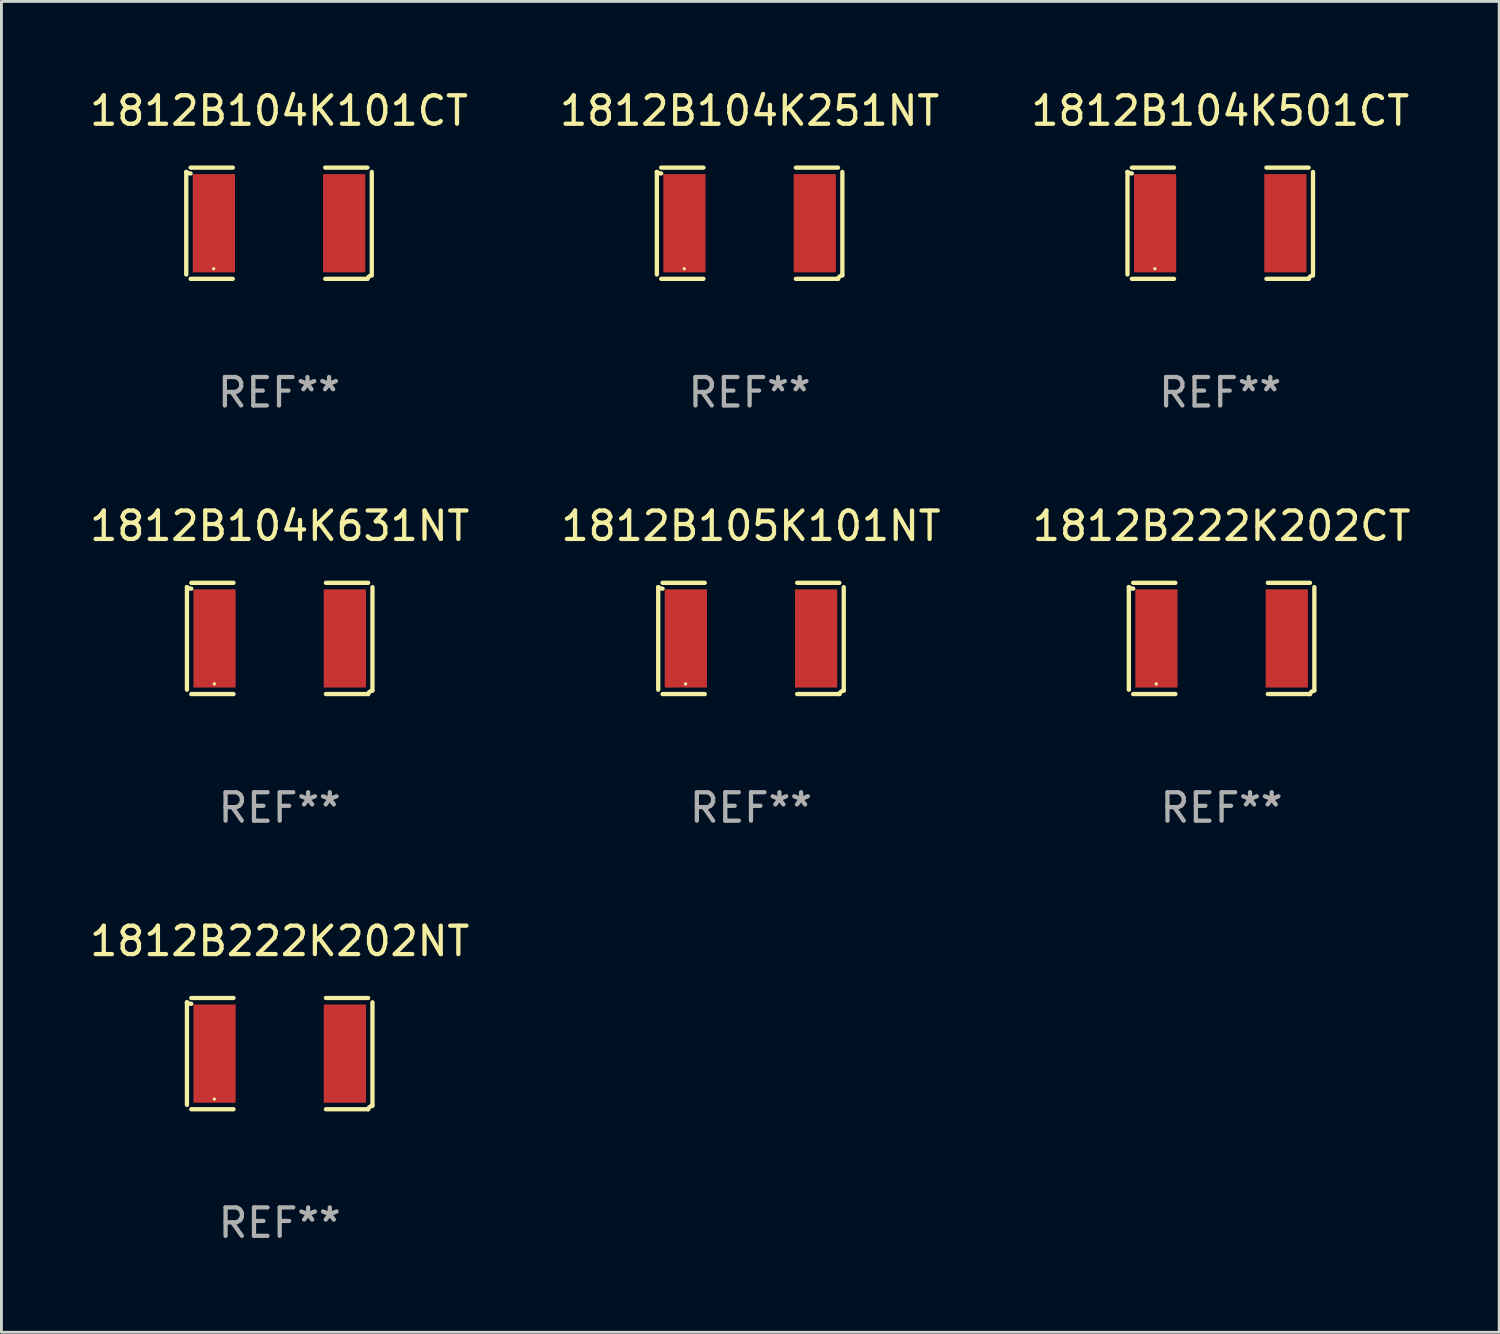
<source format=kicad_pcb>
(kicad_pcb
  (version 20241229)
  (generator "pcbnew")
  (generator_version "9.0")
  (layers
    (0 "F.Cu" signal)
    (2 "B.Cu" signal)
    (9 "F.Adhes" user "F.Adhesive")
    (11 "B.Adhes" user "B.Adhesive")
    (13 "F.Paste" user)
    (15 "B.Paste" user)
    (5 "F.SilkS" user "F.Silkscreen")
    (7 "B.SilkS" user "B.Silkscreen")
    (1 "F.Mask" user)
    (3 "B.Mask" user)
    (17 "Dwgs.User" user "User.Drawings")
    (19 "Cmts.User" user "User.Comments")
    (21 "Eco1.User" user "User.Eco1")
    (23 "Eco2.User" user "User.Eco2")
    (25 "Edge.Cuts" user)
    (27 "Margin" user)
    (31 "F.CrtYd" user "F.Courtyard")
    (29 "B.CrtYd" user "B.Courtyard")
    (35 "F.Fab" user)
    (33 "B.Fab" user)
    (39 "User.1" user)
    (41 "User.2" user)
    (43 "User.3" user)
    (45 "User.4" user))
  (footprint "1812B105K101NT"
    (layer "F.Cu")
    (at 23.375 19.415)
    (property "Reference" "1812B105K101NT" (at 0 -3.957 0) (layer "F.SilkS") (effects (font (size 1 1) (thickness 0.15))))
    (attr through_hole)
    (fp_line (start -3.264 1.804) (end -3.264 -1.804) (stroke (width 0.152) (type solid)) (layer "F.SilkS"))
    (fp_line (start -3.111 -1.957) (end -1.626 -1.957) (stroke (width 0.152) (type solid)) (layer "F.SilkS"))
    (fp_line (start -1.626 1.957) (end -3.111 1.957) (stroke (width 0.152) (type solid)) (layer "F.SilkS"))
    (fp_line (start 1.626 1.957) (end 3.111 1.957) (stroke (width 0.152) (type solid)) (layer "F.SilkS"))
    (fp_line (start 3.111 -1.957) (end 1.626 -1.957) (stroke (width 0.152) (type solid)) (layer "F.SilkS"))
    (fp_line (start 3.264 1.804) (end 3.264 -1.804) (stroke (width 0.152) (type solid)) (layer "F.SilkS"))
    (fp_arc (start -3.111202 -1.752192) (mid -3.191715 -1.76555) (end -3.263602 -1.804191) (stroke (width 0.1524) (type solid)) (layer "F.SilkS"))
    (fp_arc (start 3.111201 1.956591) (mid 3.167789 1.872777) (end 3.263602 1.840424) (stroke (width 0.1524) (type solid)) (layer "F.SilkS"))
    (fp_circle (center -2.3 1.6) (end -2.27 1.6) (stroke (width 0.06) (type solid)) (fill no) (layer "F.SilkS"))
    (fp_text user "REF**" (at 0 5.957 0) (layer "F.Fab") (effects (font (size 1 1) (thickness 0.15))))
    (pad "1" smd rect (at -2.293 0) (size 1.485 3.456) (layers "F.Cu" "F.Mask" "F.Paste"))
    (pad "2" smd rect (at 2.293 0) (size 1.485 3.456) (layers "F.Cu" "F.Mask" "F.Paste")))
  (footprint "1812B104K251NT"
    (layer "F.Cu")
    (at 23.327 4.805)
    (property "Reference" "1812B104K251NT" (at 0 -3.957 0) (layer "F.SilkS") (effects (font (size 1 1) (thickness 0.15))))
    (attr through_hole)
    (fp_line (start -3.264 1.804) (end -3.264 -1.804) (stroke (width 0.152) (type solid)) (layer "F.SilkS"))
    (fp_line (start -3.111 -1.957) (end -1.626 -1.957) (stroke (width 0.152) (type solid)) (layer "F.SilkS"))
    (fp_line (start -1.626 1.957) (end -3.111 1.957) (stroke (width 0.152) (type solid)) (layer "F.SilkS"))
    (fp_line (start 1.626 1.957) (end 3.111 1.957) (stroke (width 0.152) (type solid)) (layer "F.SilkS"))
    (fp_line (start 3.111 -1.957) (end 1.626 -1.957) (stroke (width 0.152) (type solid)) (layer "F.SilkS"))
    (fp_line (start 3.264 1.804) (end 3.264 -1.804) (stroke (width 0.152) (type solid)) (layer "F.SilkS"))
    (fp_arc (start -3.111202 -1.752192) (mid -3.191715 -1.76555) (end -3.263602 -1.804191) (stroke (width 0.1524) (type solid)) (layer "F.SilkS"))
    (fp_arc (start 3.111201 1.956591) (mid 3.167789 1.872777) (end 3.263602 1.840424) (stroke (width 0.1524) (type solid)) (layer "F.SilkS"))
    (fp_circle (center -2.3 1.6) (end -2.27 1.6) (stroke (width 0.06) (type solid)) (fill no) (layer "F.SilkS"))
    (fp_text user "REF**" (at 0 5.957 0) (layer "F.Fab") (effects (font (size 1 1) (thickness 0.15))))
    (pad "1" smd rect (at -2.293 0) (size 1.485 3.456) (layers "F.Cu" "F.Mask" "F.Paste"))
    (pad "2" smd rect (at 2.293 0) (size 1.485 3.456) (layers "F.Cu" "F.Mask" "F.Paste")))
  (footprint "1812B222K202NT"
    (layer "F.Cu")
    (at 6.792 34.024)
    (property "Reference" "1812B222K202NT" (at 0 -3.957 0) (layer "F.SilkS") (effects (font (size 1 1) (thickness 0.15))))
    (attr through_hole)
    (fp_line (start -3.264 1.804) (end -3.264 -1.804) (stroke (width 0.152) (type solid)) (layer "F.SilkS"))
    (fp_line (start -3.111 -1.957) (end -1.626 -1.957) (stroke (width 0.152) (type solid)) (layer "F.SilkS"))
    (fp_line (start -1.626 1.957) (end -3.111 1.957) (stroke (width 0.152) (type solid)) (layer "F.SilkS"))
    (fp_line (start 1.626 1.957) (end 3.111 1.957) (stroke (width 0.152) (type solid)) (layer "F.SilkS"))
    (fp_line (start 3.111 -1.957) (end 1.626 -1.957) (stroke (width 0.152) (type solid)) (layer "F.SilkS"))
    (fp_line (start 3.264 1.804) (end 3.264 -1.804) (stroke (width 0.152) (type solid)) (layer "F.SilkS"))
    (fp_arc (start -3.111202 -1.752192) (mid -3.191715 -1.76555) (end -3.263602 -1.804191) (stroke (width 0.1524) (type solid)) (layer "F.SilkS"))
    (fp_arc (start 3.111201 1.956591) (mid 3.167789 1.872777) (end 3.263602 1.840424) (stroke (width 0.1524) (type solid)) (layer "F.SilkS"))
    (fp_circle (center -2.3 1.6) (end -2.27 1.6) (stroke (width 0.06) (type solid)) (fill no) (layer "F.SilkS"))
    (fp_text user "REF**" (at 0 5.957 0) (layer "F.Fab") (effects (font (size 1 1) (thickness 0.15))))
    (pad "1" smd rect (at -2.293 0) (size 1.485 3.456) (layers "F.Cu" "F.Mask" "F.Paste"))
    (pad "2" smd rect (at 2.293 0) (size 1.485 3.456) (layers "F.Cu" "F.Mask" "F.Paste")))
  (footprint "1812B104K631NT"
    (layer "F.Cu")
    (at 6.792 19.415)
    (property "Reference" "1812B104K631NT" (at 0 -3.957 0) (layer "F.SilkS") (effects (font (size 1 1) (thickness 0.15))))
    (attr through_hole)
    (fp_line (start -3.264 1.804) (end -3.264 -1.804) (stroke (width 0.152) (type solid)) (layer "F.SilkS"))
    (fp_line (start -3.111 -1.957) (end -1.626 -1.957) (stroke (width 0.152) (type solid)) (layer "F.SilkS"))
    (fp_line (start -1.626 1.957) (end -3.111 1.957) (stroke (width 0.152) (type solid)) (layer "F.SilkS"))
    (fp_line (start 1.626 1.957) (end 3.111 1.957) (stroke (width 0.152) (type solid)) (layer "F.SilkS"))
    (fp_line (start 3.111 -1.957) (end 1.626 -1.957) (stroke (width 0.152) (type solid)) (layer "F.SilkS"))
    (fp_line (start 3.264 1.804) (end 3.264 -1.804) (stroke (width 0.152) (type solid)) (layer "F.SilkS"))
    (fp_arc (start -3.111202 -1.752192) (mid -3.191715 -1.76555) (end -3.263602 -1.804191) (stroke (width 0.1524) (type solid)) (layer "F.SilkS"))
    (fp_arc (start 3.111201 1.956591) (mid 3.167789 1.872777) (end 3.263602 1.840424) (stroke (width 0.1524) (type solid)) (layer "F.SilkS"))
    (fp_circle (center -2.3 1.6) (end -2.27 1.6) (stroke (width 0.06) (type solid)) (fill no) (layer "F.SilkS"))
    (fp_text user "REF**" (at 0 5.957 0) (layer "F.Fab") (effects (font (size 1 1) (thickness 0.15))))
    (pad "1" smd rect (at -2.293 0) (size 1.485 3.456) (layers "F.Cu" "F.Mask" "F.Paste"))
    (pad "2" smd rect (at 2.293 0) (size 1.485 3.456) (layers "F.Cu" "F.Mask" "F.Paste")))
  (footprint "1812B104K501CT"
    (layer "F.Cu")
    (at 39.887 4.805)
    (property "Reference" "1812B104K501CT" (at 0 -3.957 0) (layer "F.SilkS") (effects (font (size 1 1) (thickness 0.15))))
    (attr through_hole)
    (fp_line (start -3.264 1.804) (end -3.264 -1.804) (stroke (width 0.152) (type solid)) (layer "F.SilkS"))
    (fp_line (start -3.111 -1.957) (end -1.626 -1.957) (stroke (width 0.152) (type solid)) (layer "F.SilkS"))
    (fp_line (start -1.626 1.957) (end -3.111 1.957) (stroke (width 0.152) (type solid)) (layer "F.SilkS"))
    (fp_line (start 1.626 1.957) (end 3.111 1.957) (stroke (width 0.152) (type solid)) (layer "F.SilkS"))
    (fp_line (start 3.111 -1.957) (end 1.626 -1.957) (stroke (width 0.152) (type solid)) (layer "F.SilkS"))
    (fp_line (start 3.264 1.804) (end 3.264 -1.804) (stroke (width 0.152) (type solid)) (layer "F.SilkS"))
    (fp_arc (start -3.111202 -1.752192) (mid -3.191715 -1.76555) (end -3.263602 -1.804191) (stroke (width 0.1524) (type solid)) (layer "F.SilkS"))
    (fp_arc (start 3.111201 1.956591) (mid 3.167789 1.872777) (end 3.263602 1.840424) (stroke (width 0.1524) (type solid)) (layer "F.SilkS"))
    (fp_circle (center -2.3 1.6) (end -2.27 1.6) (stroke (width 0.06) (type solid)) (fill no) (layer "F.SilkS"))
    (fp_text user "REF**" (at 0 5.957 0) (layer "F.Fab") (effects (font (size 1 1) (thickness 0.15))))
    (pad "1" smd rect (at -2.293 0) (size 1.485 3.456) (layers "F.Cu" "F.Mask" "F.Paste"))
    (pad "2" smd rect (at 2.293 0) (size 1.485 3.456) (layers "F.Cu" "F.Mask" "F.Paste")))
  (footprint "1812B104K101CT"
    (layer "F.Cu")
    (at 6.768 4.805)
    (property "Reference" "1812B104K101CT" (at 0 -3.957 0) (layer "F.SilkS") (effects (font (size 1 1) (thickness 0.15))))
    (attr through_hole)
    (fp_line (start -3.264 1.804) (end -3.264 -1.804) (stroke (width 0.152) (type solid)) (layer "F.SilkS"))
    (fp_line (start -3.111 -1.957) (end -1.626 -1.957) (stroke (width 0.152) (type solid)) (layer "F.SilkS"))
    (fp_line (start -1.626 1.957) (end -3.111 1.957) (stroke (width 0.152) (type solid)) (layer "F.SilkS"))
    (fp_line (start 1.626 1.957) (end 3.111 1.957) (stroke (width 0.152) (type solid)) (layer "F.SilkS"))
    (fp_line (start 3.111 -1.957) (end 1.626 -1.957) (stroke (width 0.152) (type solid)) (layer "F.SilkS"))
    (fp_line (start 3.264 1.804) (end 3.264 -1.804) (stroke (width 0.152) (type solid)) (layer "F.SilkS"))
    (fp_arc (start -3.111202 -1.752192) (mid -3.191715 -1.76555) (end -3.263602 -1.804191) (stroke (width 0.1524) (type solid)) (layer "F.SilkS"))
    (fp_arc (start 3.111201 1.956591) (mid 3.167789 1.872777) (end 3.263602 1.840424) (stroke (width 0.1524) (type solid)) (layer "F.SilkS"))
    (fp_circle (center -2.3 1.6) (end -2.27 1.6) (stroke (width 0.06) (type solid)) (fill no) (layer "F.SilkS"))
    (fp_text user "REF**" (at 0 5.957 0) (layer "F.Fab") (effects (font (size 1 1) (thickness 0.15))))
    (pad "1" smd rect (at -2.293 0) (size 1.485 3.456) (layers "F.Cu" "F.Mask" "F.Paste"))
    (pad "2" smd rect (at 2.293 0) (size 1.485 3.456) (layers "F.Cu" "F.Mask" "F.Paste")))
  (footprint "1812B222K202CT"
    (layer "F.Cu")
    (at 39.935 19.415)
    (property "Reference" "1812B222K202CT" (at 0 -3.957 0) (layer "F.SilkS") (effects (font (size 1 1) (thickness 0.15))))
    (attr through_hole)
    (fp_line (start -3.264 1.804) (end -3.264 -1.804) (stroke (width 0.152) (type solid)) (layer "F.SilkS"))
    (fp_line (start -3.111 -1.957) (end -1.626 -1.957) (stroke (width 0.152) (type solid)) (layer "F.SilkS"))
    (fp_line (start -1.626 1.957) (end -3.111 1.957) (stroke (width 0.152) (type solid)) (layer "F.SilkS"))
    (fp_line (start 1.626 1.957) (end 3.111 1.957) (stroke (width 0.152) (type solid)) (layer "F.SilkS"))
    (fp_line (start 3.111 -1.957) (end 1.626 -1.957) (stroke (width 0.152) (type solid)) (layer "F.SilkS"))
    (fp_line (start 3.264 1.804) (end 3.264 -1.804) (stroke (width 0.152) (type solid)) (layer "F.SilkS"))
    (fp_arc (start -3.111202 -1.752192) (mid -3.191715 -1.76555) (end -3.263602 -1.804191) (stroke (width 0.1524) (type solid)) (layer "F.SilkS"))
    (fp_arc (start 3.111201 1.956591) (mid 3.167789 1.872777) (end 3.263602 1.840424) (stroke (width 0.1524) (type solid)) (layer "F.SilkS"))
    (fp_circle (center -2.3 1.6) (end -2.27 1.6) (stroke (width 0.06) (type solid)) (fill no) (layer "F.SilkS"))
    (fp_text user "REF**" (at 0 5.957 0) (layer "F.Fab") (effects (font (size 1 1) (thickness 0.15))))
    (pad "1" smd rect (at -2.293 0) (size 1.485 3.456) (layers "F.Cu" "F.Mask" "F.Paste"))
    (pad "2" smd rect (at 2.293 0) (size 1.485 3.456) (layers "F.Cu" "F.Mask" "F.Paste")))
  (gr_rect
    (start -3 -3)
    (end 49.702 43.829)
    (stroke (width 0.1) (type default))
    (fill no)
    (layer "Edge.Cuts")))
</source>
